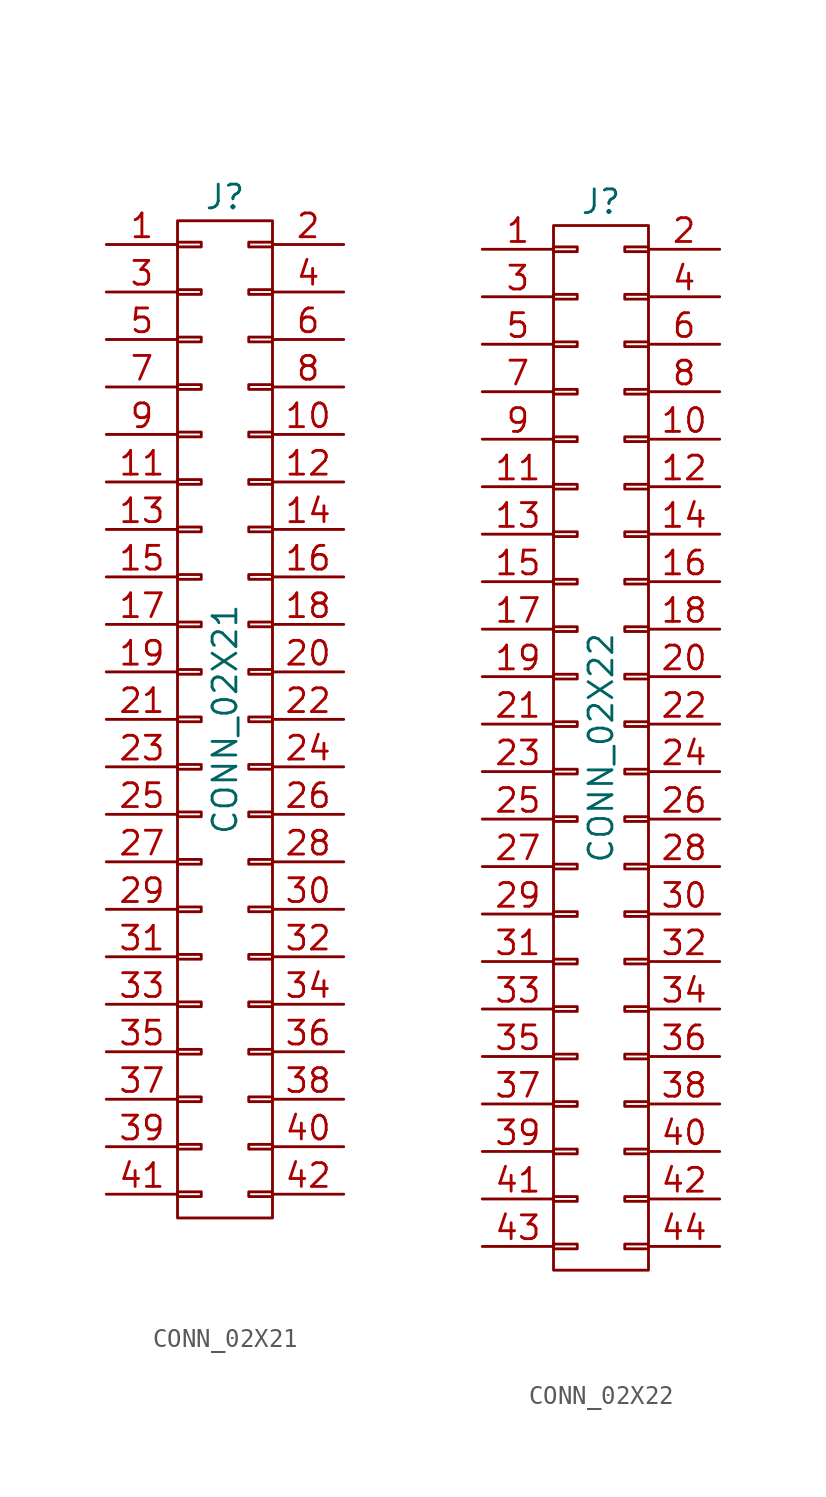
<source format=kicad_sym>
(kicad_symbol_lib
  (version 20211014)
  (generator kicad_symbol_editor)
  (symbol "CONN_02X21"
    (pin_names
      (offset 0.025) hide)
    (property "Reference" "J"
      (at 0 27.94 0)
      (effects (font (size 1.27 1.27))))
    (property "Value" "CONN_02X21"
      (at 0 0 90)
      (effects (font (size 1.27 1.27))))
    (symbol "CONN_02X21_0_1"
      (rectangle (start -2.54 -25.273) (end -1.27 -25.527) (stroke (width 0) (type default) (color 0 0 0 0)) (fill (type none)))
      (rectangle (start -2.54 -22.733) (end -1.27 -22.987) (stroke (width 0) (type default) (color 0 0 0 0)) (fill (type none)))
      (rectangle (start -2.54 -20.193) (end -1.27 -20.447) (stroke (width 0) (type default) (color 0 0 0 0)) (fill (type none)))
      (rectangle (start -2.54 -17.653) (end -1.27 -17.907) (stroke (width 0) (type default) (color 0 0 0 0)) (fill (type none)))
      (rectangle (start -2.54 -15.113) (end -1.27 -15.367) (stroke (width 0) (type default) (color 0 0 0 0)) (fill (type none)))
      (rectangle (start -2.54 -12.573) (end -1.27 -12.827) (stroke (width 0) (type default) (color 0 0 0 0)) (fill (type none)))
      (rectangle (start -2.54 -10.033) (end -1.27 -10.287) (stroke (width 0) (type default) (color 0 0 0 0)) (fill (type none)))
      (rectangle (start -2.54 -7.493) (end -1.27 -7.747) (stroke (width 0) (type default) (color 0 0 0 0)) (fill (type none)))
      (rectangle (start -2.54 -4.953) (end -1.27 -5.207) (stroke (width 0) (type default) (color 0 0 0 0)) (fill (type none)))
      (rectangle (start -2.54 -2.413) (end -1.27 -2.667) (stroke (width 0) (type default) (color 0 0 0 0)) (fill (type none)))
      (rectangle (start -2.54 0.127) (end -1.27 -0.127) (stroke (width 0) (type default) (color 0 0 0 0)) (fill (type none)))
      (rectangle (start -2.54 2.667) (end -1.27 2.413) (stroke (width 0) (type default) (color 0 0 0 0)) (fill (type none)))
      (rectangle (start -2.54 5.207) (end -1.27 4.953) (stroke (width 0) (type default) (color 0 0 0 0)) (fill (type none)))
      (rectangle (start -2.54 7.747) (end -1.27 7.493) (stroke (width 0) (type default) (color 0 0 0 0)) (fill (type none)))
      (rectangle (start -2.54 10.287) (end -1.27 10.033) (stroke (width 0) (type default) (color 0 0 0 0)) (fill (type none)))
      (rectangle (start -2.54 12.827) (end -1.27 12.573) (stroke (width 0) (type default) (color 0 0 0 0)) (fill (type none)))
      (rectangle (start -2.54 15.367) (end -1.27 15.113) (stroke (width 0) (type default) (color 0 0 0 0)) (fill (type none)))
      (rectangle (start -2.54 17.907) (end -1.27 17.653) (stroke (width 0) (type default) (color 0 0 0 0)) (fill (type none)))
      (rectangle (start -2.54 20.447) (end -1.27 20.193) (stroke (width 0) (type default) (color 0 0 0 0)) (fill (type none)))
      (rectangle (start -2.54 22.987) (end -1.27 22.733) (stroke (width 0) (type default) (color 0 0 0 0)) (fill (type none)))
      (rectangle (start -2.54 25.527) (end -1.27 25.273) (stroke (width 0) (type default) (color 0 0 0 0)) (fill (type none)))
      (rectangle (start -2.54 26.67) (end 2.54 -26.67) (stroke (width 0) (type default) (color 0 0 0 0)) (fill (type none)))
      (rectangle (start 1.27 -25.273) (end 2.54 -25.527) (stroke (width 0) (type default) (color 0 0 0 0)) (fill (type none)))
      (rectangle (start 1.27 -22.733) (end 2.54 -22.987) (stroke (width 0) (type default) (color 0 0 0 0)) (fill (type none)))
      (rectangle (start 1.27 -20.193) (end 2.54 -20.447) (stroke (width 0) (type default) (color 0 0 0 0)) (fill (type none)))
      (rectangle (start 1.27 -17.653) (end 2.54 -17.907) (stroke (width 0) (type default) (color 0 0 0 0)) (fill (type none)))
      (rectangle (start 1.27 -15.113) (end 2.54 -15.367) (stroke (width 0) (type default) (color 0 0 0 0)) (fill (type none)))
      (rectangle (start 1.27 -12.573) (end 2.54 -12.827) (stroke (width 0) (type default) (color 0 0 0 0)) (fill (type none)))
      (rectangle (start 1.27 -10.033) (end 2.54 -10.287) (stroke (width 0) (type default) (color 0 0 0 0)) (fill (type none)))
      (rectangle (start 1.27 -7.493) (end 2.54 -7.747) (stroke (width 0) (type default) (color 0 0 0 0)) (fill (type none)))
      (rectangle (start 1.27 -4.953) (end 2.54 -5.207) (stroke (width 0) (type default) (color 0 0 0 0)) (fill (type none)))
      (rectangle (start 1.27 -2.413) (end 2.54 -2.667) (stroke (width 0) (type default) (color 0 0 0 0)) (fill (type none)))
      (rectangle (start 1.27 0.127) (end 2.54 -0.127) (stroke (width 0) (type default) (color 0 0 0 0)) (fill (type none)))
      (rectangle (start 1.27 2.667) (end 2.54 2.413) (stroke (width 0) (type default) (color 0 0 0 0)) (fill (type none)))
      (rectangle (start 1.27 5.207) (end 2.54 4.953) (stroke (width 0) (type default) (color 0 0 0 0)) (fill (type none)))
      (rectangle (start 1.27 7.747) (end 2.54 7.493) (stroke (width 0) (type default) (color 0 0 0 0)) (fill (type none)))
      (rectangle (start 1.27 10.287) (end 2.54 10.033) (stroke (width 0) (type default) (color 0 0 0 0)) (fill (type none)))
      (rectangle (start 1.27 12.827) (end 2.54 12.573) (stroke (width 0) (type default) (color 0 0 0 0)) (fill (type none)))
      (rectangle (start 1.27 15.367) (end 2.54 15.113) (stroke (width 0) (type default) (color 0 0 0 0)) (fill (type none)))
      (rectangle (start 1.27 17.907) (end 2.54 17.653) (stroke (width 0) (type default) (color 0 0 0 0)) (fill (type none)))
      (rectangle (start 1.27 20.447) (end 2.54 20.193) (stroke (width 0) (type default) (color 0 0 0 0)) (fill (type none)))
      (rectangle (start 1.27 22.987) (end 2.54 22.733) (stroke (width 0) (type default) (color 0 0 0 0)) (fill (type none)))
      (rectangle (start 1.27 25.527) (end 2.54 25.273) (stroke (width 0) (type default) (color 0 0 0 0)) (fill (type none))))
    (symbol "CONN_02X21_1_1"
      (pin passive line (at -6.35 25.4 0) (length 3.81) (name "P1" (effects (font (size 1.27 1.27)))) (number "1" (effects (font (size 1.27 1.27)))))
      (pin passive line (at 6.35 15.24 180) (length 3.81) (name "P10" (effects (font (size 1.27 1.27)))) (number "10" (effects (font (size 1.27 1.27)))))
      (pin passive line (at -6.35 12.7 0) (length 3.81) (name "P11" (effects (font (size 1.27 1.27)))) (number "11" (effects (font (size 1.27 1.27)))))
      (pin passive line (at 6.35 12.7 180) (length 3.81) (name "P12" (effects (font (size 1.27 1.27)))) (number "12" (effects (font (size 1.27 1.27)))))
      (pin passive line (at -6.35 10.16 0) (length 3.81) (name "P13" (effects (font (size 1.27 1.27)))) (number "13" (effects (font (size 1.27 1.27)))))
      (pin passive line (at 6.35 10.16 180) (length 3.81) (name "P14" (effects (font (size 1.27 1.27)))) (number "14" (effects (font (size 1.27 1.27)))))
      (pin passive line (at -6.35 7.62 0) (length 3.81) (name "P15" (effects (font (size 1.27 1.27)))) (number "15" (effects (font (size 1.27 1.27)))))
      (pin passive line (at 6.35 7.62 180) (length 3.81) (name "P16" (effects (font (size 1.27 1.27)))) (number "16" (effects (font (size 1.27 1.27)))))
      (pin passive line (at -6.35 5.08 0) (length 3.81) (name "P17" (effects (font (size 1.27 1.27)))) (number "17" (effects (font (size 1.27 1.27)))))
      (pin passive line (at 6.35 5.08 180) (length 3.81) (name "P18" (effects (font (size 1.27 1.27)))) (number "18" (effects (font (size 1.27 1.27)))))
      (pin passive line (at -6.35 2.54 0) (length 3.81) (name "P19" (effects (font (size 1.27 1.27)))) (number "19" (effects (font (size 1.27 1.27)))))
      (pin passive line (at 6.35 25.4 180) (length 3.81) (name "P2" (effects (font (size 1.27 1.27)))) (number "2" (effects (font (size 1.27 1.27)))))
      (pin passive line (at 6.35 2.54 180) (length 3.81) (name "P20" (effects (font (size 1.27 1.27)))) (number "20" (effects (font (size 1.27 1.27)))))
      (pin passive line (at -6.35 0 0) (length 3.81) (name "P21" (effects (font (size 1.27 1.27)))) (number "21" (effects (font (size 1.27 1.27)))))
      (pin passive line (at 6.35 0 180) (length 3.81) (name "P22" (effects (font (size 1.27 1.27)))) (number "22" (effects (font (size 1.27 1.27)))))
      (pin passive line (at -6.35 -2.54 0) (length 3.81) (name "P23" (effects (font (size 1.27 1.27)))) (number "23" (effects (font (size 1.27 1.27)))))
      (pin passive line (at 6.35 -2.54 180) (length 3.81) (name "P24" (effects (font (size 1.27 1.27)))) (number "24" (effects (font (size 1.27 1.27)))))
      (pin passive line (at -6.35 -5.08 0) (length 3.81) (name "P25" (effects (font (size 1.27 1.27)))) (number "25" (effects (font (size 1.27 1.27)))))
      (pin passive line (at 6.35 -5.08 180) (length 3.81) (name "P26" (effects (font (size 1.27 1.27)))) (number "26" (effects (font (size 1.27 1.27)))))
      (pin passive line (at -6.35 -7.62 0) (length 3.81) (name "P27" (effects (font (size 1.27 1.27)))) (number "27" (effects (font (size 1.27 1.27)))))
      (pin passive line (at 6.35 -7.62 180) (length 3.81) (name "P28" (effects (font (size 1.27 1.27)))) (number "28" (effects (font (size 1.27 1.27)))))
      (pin passive line (at -6.35 -10.16 0) (length 3.81) (name "P29" (effects (font (size 1.27 1.27)))) (number "29" (effects (font (size 1.27 1.27)))))
      (pin passive line (at -6.35 22.86 0) (length 3.81) (name "P3" (effects (font (size 1.27 1.27)))) (number "3" (effects (font (size 1.27 1.27)))))
      (pin passive line (at 6.35 -10.16 180) (length 3.81) (name "P30" (effects (font (size 1.27 1.27)))) (number "30" (effects (font (size 1.27 1.27)))))
      (pin passive line (at -6.35 -12.7 0) (length 3.81) (name "P31" (effects (font (size 1.27 1.27)))) (number "31" (effects (font (size 1.27 1.27)))))
      (pin passive line (at 6.35 -12.7 180) (length 3.81) (name "P32" (effects (font (size 1.27 1.27)))) (number "32" (effects (font (size 1.27 1.27)))))
      (pin passive line (at -6.35 -15.24 0) (length 3.81) (name "P33" (effects (font (size 1.27 1.27)))) (number "33" (effects (font (size 1.27 1.27)))))
      (pin passive line (at 6.35 -15.24 180) (length 3.81) (name "P34" (effects (font (size 1.27 1.27)))) (number "34" (effects (font (size 1.27 1.27)))))
      (pin passive line (at -6.35 -17.78 0) (length 3.81) (name "P35" (effects (font (size 1.27 1.27)))) (number "35" (effects (font (size 1.27 1.27)))))
      (pin passive line (at 6.35 -17.78 180) (length 3.81) (name "P36" (effects (font (size 1.27 1.27)))) (number "36" (effects (font (size 1.27 1.27)))))
      (pin passive line (at -6.35 -20.32 0) (length 3.81) (name "P37" (effects (font (size 1.27 1.27)))) (number "37" (effects (font (size 1.27 1.27)))))
      (pin passive line (at 6.35 -20.32 180) (length 3.81) (name "P38" (effects (font (size 1.27 1.27)))) (number "38" (effects (font (size 1.27 1.27)))))
      (pin passive line (at -6.35 -22.86 0) (length 3.81) (name "P39" (effects (font (size 1.27 1.27)))) (number "39" (effects (font (size 1.27 1.27)))))
      (pin passive line (at 6.35 22.86 180) (length 3.81) (name "P4" (effects (font (size 1.27 1.27)))) (number "4" (effects (font (size 1.27 1.27)))))
      (pin passive line (at 6.35 -22.86 180) (length 3.81) (name "P40" (effects (font (size 1.27 1.27)))) (number "40" (effects (font (size 1.27 1.27)))))
      (pin passive line (at -6.35 -25.4 0) (length 3.81) (name "P41" (effects (font (size 1.27 1.27)))) (number "41" (effects (font (size 1.27 1.27)))))
      (pin passive line (at 6.35 -25.4 180) (length 3.81) (name "P42" (effects (font (size 1.27 1.27)))) (number "42" (effects (font (size 1.27 1.27)))))
      (pin passive line (at -6.35 20.32 0) (length 3.81) (name "P5" (effects (font (size 1.27 1.27)))) (number "5" (effects (font (size 1.27 1.27)))))
      (pin passive line (at 6.35 20.32 180) (length 3.81) (name "P6" (effects (font (size 1.27 1.27)))) (number "6" (effects (font (size 1.27 1.27)))))
      (pin passive line (at -6.35 17.78 0) (length 3.81) (name "P7" (effects (font (size 1.27 1.27)))) (number "7" (effects (font (size 1.27 1.27)))))
      (pin passive line (at 6.35 17.78 180) (length 3.81) (name "P8" (effects (font (size 1.27 1.27)))) (number "8" (effects (font (size 1.27 1.27)))))
      (pin passive line (at -6.35 15.24 0) (length 3.81) (name "P9" (effects (font (size 1.27 1.27)))) (number "9" (effects (font (size 1.27 1.27)))))))
  (symbol "CONN_02X22"
    (pin_names
      (offset 0.025) hide)
    (property "Reference" "J"
      (at 0 29.21 0)
      (effects (font (size 1.27 1.27))))
    (property "Value" "CONN_02X22"
      (at 0 0 90)
      (effects (font (size 1.27 1.27))))
    (symbol "CONN_02X22_0_1"
      (rectangle (start -2.54 -26.543) (end -1.27 -26.797) (stroke (width 0) (type default) (color 0 0 0 0)) (fill (type none)))
      (rectangle (start -2.54 -24.003) (end -1.27 -24.257) (stroke (width 0) (type default) (color 0 0 0 0)) (fill (type none)))
      (rectangle (start -2.54 -21.463) (end -1.27 -21.717) (stroke (width 0) (type default) (color 0 0 0 0)) (fill (type none)))
      (rectangle (start -2.54 -18.923) (end -1.27 -19.177) (stroke (width 0) (type default) (color 0 0 0 0)) (fill (type none)))
      (rectangle (start -2.54 -16.383) (end -1.27 -16.637) (stroke (width 0) (type default) (color 0 0 0 0)) (fill (type none)))
      (rectangle (start -2.54 -13.843) (end -1.27 -14.097) (stroke (width 0) (type default) (color 0 0 0 0)) (fill (type none)))
      (rectangle (start -2.54 -11.303) (end -1.27 -11.557) (stroke (width 0) (type default) (color 0 0 0 0)) (fill (type none)))
      (rectangle (start -2.54 -8.763) (end -1.27 -9.017) (stroke (width 0) (type default) (color 0 0 0 0)) (fill (type none)))
      (rectangle (start -2.54 -6.223) (end -1.27 -6.477) (stroke (width 0) (type default) (color 0 0 0 0)) (fill (type none)))
      (rectangle (start -2.54 -3.683) (end -1.27 -3.937) (stroke (width 0) (type default) (color 0 0 0 0)) (fill (type none)))
      (rectangle (start -2.54 -1.143) (end -1.27 -1.397) (stroke (width 0) (type default) (color 0 0 0 0)) (fill (type none)))
      (rectangle (start -2.54 1.397) (end -1.27 1.143) (stroke (width 0) (type default) (color 0 0 0 0)) (fill (type none)))
      (rectangle (start -2.54 3.937) (end -1.27 3.683) (stroke (width 0) (type default) (color 0 0 0 0)) (fill (type none)))
      (rectangle (start -2.54 6.477) (end -1.27 6.223) (stroke (width 0) (type default) (color 0 0 0 0)) (fill (type none)))
      (rectangle (start -2.54 9.017) (end -1.27 8.763) (stroke (width 0) (type default) (color 0 0 0 0)) (fill (type none)))
      (rectangle (start -2.54 11.557) (end -1.27 11.303) (stroke (width 0) (type default) (color 0 0 0 0)) (fill (type none)))
      (rectangle (start -2.54 14.097) (end -1.27 13.843) (stroke (width 0) (type default) (color 0 0 0 0)) (fill (type none)))
      (rectangle (start -2.54 16.637) (end -1.27 16.383) (stroke (width 0) (type default) (color 0 0 0 0)) (fill (type none)))
      (rectangle (start -2.54 19.177) (end -1.27 18.923) (stroke (width 0) (type default) (color 0 0 0 0)) (fill (type none)))
      (rectangle (start -2.54 21.717) (end -1.27 21.463) (stroke (width 0) (type default) (color 0 0 0 0)) (fill (type none)))
      (rectangle (start -2.54 24.257) (end -1.27 24.003) (stroke (width 0) (type default) (color 0 0 0 0)) (fill (type none)))
      (rectangle (start -2.54 26.797) (end -1.27 26.543) (stroke (width 0) (type default) (color 0 0 0 0)) (fill (type none)))
      (rectangle (start -2.54 27.94) (end 2.54 -27.94) (stroke (width 0) (type default) (color 0 0 0 0)) (fill (type none)))
      (rectangle (start 1.27 -26.543) (end 2.54 -26.797) (stroke (width 0) (type default) (color 0 0 0 0)) (fill (type none)))
      (rectangle (start 1.27 -24.003) (end 2.54 -24.257) (stroke (width 0) (type default) (color 0 0 0 0)) (fill (type none)))
      (rectangle (start 1.27 -21.463) (end 2.54 -21.717) (stroke (width 0) (type default) (color 0 0 0 0)) (fill (type none)))
      (rectangle (start 1.27 -18.923) (end 2.54 -19.177) (stroke (width 0) (type default) (color 0 0 0 0)) (fill (type none)))
      (rectangle (start 1.27 -16.383) (end 2.54 -16.637) (stroke (width 0) (type default) (color 0 0 0 0)) (fill (type none)))
      (rectangle (start 1.27 -13.843) (end 2.54 -14.097) (stroke (width 0) (type default) (color 0 0 0 0)) (fill (type none)))
      (rectangle (start 1.27 -11.303) (end 2.54 -11.557) (stroke (width 0) (type default) (color 0 0 0 0)) (fill (type none)))
      (rectangle (start 1.27 -8.763) (end 2.54 -9.017) (stroke (width 0) (type default) (color 0 0 0 0)) (fill (type none)))
      (rectangle (start 1.27 -6.223) (end 2.54 -6.477) (stroke (width 0) (type default) (color 0 0 0 0)) (fill (type none)))
      (rectangle (start 1.27 -3.683) (end 2.54 -3.937) (stroke (width 0) (type default) (color 0 0 0 0)) (fill (type none)))
      (rectangle (start 1.27 -1.143) (end 2.54 -1.397) (stroke (width 0) (type default) (color 0 0 0 0)) (fill (type none)))
      (rectangle (start 1.27 1.397) (end 2.54 1.143) (stroke (width 0) (type default) (color 0 0 0 0)) (fill (type none)))
      (rectangle (start 1.27 3.937) (end 2.54 3.683) (stroke (width 0) (type default) (color 0 0 0 0)) (fill (type none)))
      (rectangle (start 1.27 6.477) (end 2.54 6.223) (stroke (width 0) (type default) (color 0 0 0 0)) (fill (type none)))
      (rectangle (start 1.27 9.017) (end 2.54 8.763) (stroke (width 0) (type default) (color 0 0 0 0)) (fill (type none)))
      (rectangle (start 1.27 11.557) (end 2.54 11.303) (stroke (width 0) (type default) (color 0 0 0 0)) (fill (type none)))
      (rectangle (start 1.27 14.097) (end 2.54 13.843) (stroke (width 0) (type default) (color 0 0 0 0)) (fill (type none)))
      (rectangle (start 1.27 16.637) (end 2.54 16.383) (stroke (width 0) (type default) (color 0 0 0 0)) (fill (type none)))
      (rectangle (start 1.27 19.177) (end 2.54 18.923) (stroke (width 0) (type default) (color 0 0 0 0)) (fill (type none)))
      (rectangle (start 1.27 21.717) (end 2.54 21.463) (stroke (width 0) (type default) (color 0 0 0 0)) (fill (type none)))
      (rectangle (start 1.27 24.257) (end 2.54 24.003) (stroke (width 0) (type default) (color 0 0 0 0)) (fill (type none)))
      (rectangle (start 1.27 26.797) (end 2.54 26.543) (stroke (width 0) (type default) (color 0 0 0 0)) (fill (type none))))
    (symbol "CONN_02X22_1_1"
      (pin passive line (at -6.35 26.67 0) (length 3.81) (name "P1" (effects (font (size 1.27 1.27)))) (number "1" (effects (font (size 1.27 1.27)))))
      (pin passive line (at 6.35 16.51 180) (length 3.81) (name "P10" (effects (font (size 1.27 1.27)))) (number "10" (effects (font (size 1.27 1.27)))))
      (pin passive line (at -6.35 13.97 0) (length 3.81) (name "P11" (effects (font (size 1.27 1.27)))) (number "11" (effects (font (size 1.27 1.27)))))
      (pin passive line (at 6.35 13.97 180) (length 3.81) (name "P12" (effects (font (size 1.27 1.27)))) (number "12" (effects (font (size 1.27 1.27)))))
      (pin passive line (at -6.35 11.43 0) (length 3.81) (name "P13" (effects (font (size 1.27 1.27)))) (number "13" (effects (font (size 1.27 1.27)))))
      (pin passive line (at 6.35 11.43 180) (length 3.81) (name "P14" (effects (font (size 1.27 1.27)))) (number "14" (effects (font (size 1.27 1.27)))))
      (pin passive line (at -6.35 8.89 0) (length 3.81) (name "P15" (effects (font (size 1.27 1.27)))) (number "15" (effects (font (size 1.27 1.27)))))
      (pin passive line (at 6.35 8.89 180) (length 3.81) (name "P16" (effects (font (size 1.27 1.27)))) (number "16" (effects (font (size 1.27 1.27)))))
      (pin passive line (at -6.35 6.35 0) (length 3.81) (name "P17" (effects (font (size 1.27 1.27)))) (number "17" (effects (font (size 1.27 1.27)))))
      (pin passive line (at 6.35 6.35 180) (length 3.81) (name "P18" (effects (font (size 1.27 1.27)))) (number "18" (effects (font (size 1.27 1.27)))))
      (pin passive line (at -6.35 3.81 0) (length 3.81) (name "P19" (effects (font (size 1.27 1.27)))) (number "19" (effects (font (size 1.27 1.27)))))
      (pin passive line (at 6.35 26.67 180) (length 3.81) (name "P2" (effects (font (size 1.27 1.27)))) (number "2" (effects (font (size 1.27 1.27)))))
      (pin passive line (at 6.35 3.81 180) (length 3.81) (name "P20" (effects (font (size 1.27 1.27)))) (number "20" (effects (font (size 1.27 1.27)))))
      (pin passive line (at -6.35 1.27 0) (length 3.81) (name "P21" (effects (font (size 1.27 1.27)))) (number "21" (effects (font (size 1.27 1.27)))))
      (pin passive line (at 6.35 1.27 180) (length 3.81) (name "P22" (effects (font (size 1.27 1.27)))) (number "22" (effects (font (size 1.27 1.27)))))
      (pin passive line (at -6.35 -1.27 0) (length 3.81) (name "P23" (effects (font (size 1.27 1.27)))) (number "23" (effects (font (size 1.27 1.27)))))
      (pin passive line (at 6.35 -1.27 180) (length 3.81) (name "P24" (effects (font (size 1.27 1.27)))) (number "24" (effects (font (size 1.27 1.27)))))
      (pin passive line (at -6.35 -3.81 0) (length 3.81) (name "P25" (effects (font (size 1.27 1.27)))) (number "25" (effects (font (size 1.27 1.27)))))
      (pin passive line (at 6.35 -3.81 180) (length 3.81) (name "P26" (effects (font (size 1.27 1.27)))) (number "26" (effects (font (size 1.27 1.27)))))
      (pin passive line (at -6.35 -6.35 0) (length 3.81) (name "P27" (effects (font (size 1.27 1.27)))) (number "27" (effects (font (size 1.27 1.27)))))
      (pin passive line (at 6.35 -6.35 180) (length 3.81) (name "P28" (effects (font (size 1.27 1.27)))) (number "28" (effects (font (size 1.27 1.27)))))
      (pin passive line (at -6.35 -8.89 0) (length 3.81) (name "P29" (effects (font (size 1.27 1.27)))) (number "29" (effects (font (size 1.27 1.27)))))
      (pin passive line (at -6.35 24.13 0) (length 3.81) (name "P3" (effects (font (size 1.27 1.27)))) (number "3" (effects (font (size 1.27 1.27)))))
      (pin passive line (at 6.35 -8.89 180) (length 3.81) (name "P30" (effects (font (size 1.27 1.27)))) (number "30" (effects (font (size 1.27 1.27)))))
      (pin passive line (at -6.35 -11.43 0) (length 3.81) (name "P31" (effects (font (size 1.27 1.27)))) (number "31" (effects (font (size 1.27 1.27)))))
      (pin passive line (at 6.35 -11.43 180) (length 3.81) (name "P32" (effects (font (size 1.27 1.27)))) (number "32" (effects (font (size 1.27 1.27)))))
      (pin passive line (at -6.35 -13.97 0) (length 3.81) (name "P33" (effects (font (size 1.27 1.27)))) (number "33" (effects (font (size 1.27 1.27)))))
      (pin passive line (at 6.35 -13.97 180) (length 3.81) (name "P34" (effects (font (size 1.27 1.27)))) (number "34" (effects (font (size 1.27 1.27)))))
      (pin passive line (at -6.35 -16.51 0) (length 3.81) (name "P35" (effects (font (size 1.27 1.27)))) (number "35" (effects (font (size 1.27 1.27)))))
      (pin passive line (at 6.35 -16.51 180) (length 3.81) (name "P36" (effects (font (size 1.27 1.27)))) (number "36" (effects (font (size 1.27 1.27)))))
      (pin passive line (at -6.35 -19.05 0) (length 3.81) (name "P37" (effects (font (size 1.27 1.27)))) (number "37" (effects (font (size 1.27 1.27)))))
      (pin passive line (at 6.35 -19.05 180) (length 3.81) (name "P38" (effects (font (size 1.27 1.27)))) (number "38" (effects (font (size 1.27 1.27)))))
      (pin passive line (at -6.35 -21.59 0) (length 3.81) (name "P39" (effects (font (size 1.27 1.27)))) (number "39" (effects (font (size 1.27 1.27)))))
      (pin passive line (at 6.35 24.13 180) (length 3.81) (name "P4" (effects (font (size 1.27 1.27)))) (number "4" (effects (font (size 1.27 1.27)))))
      (pin passive line (at 6.35 -21.59 180) (length 3.81) (name "P40" (effects (font (size 1.27 1.27)))) (number "40" (effects (font (size 1.27 1.27)))))
      (pin passive line (at -6.35 -24.13 0) (length 3.81) (name "P41" (effects (font (size 1.27 1.27)))) (number "41" (effects (font (size 1.27 1.27)))))
      (pin passive line (at 6.35 -24.13 180) (length 3.81) (name "P42" (effects (font (size 1.27 1.27)))) (number "42" (effects (font (size 1.27 1.27)))))
      (pin passive line (at -6.35 -26.67 0) (length 3.81) (name "P43" (effects (font (size 1.27 1.27)))) (number "43" (effects (font (size 1.27 1.27)))))
      (pin passive line (at 6.35 -26.67 180) (length 3.81) (name "P44" (effects (font (size 1.27 1.27)))) (number "44" (effects (font (size 1.27 1.27)))))
      (pin passive line (at -6.35 21.59 0) (length 3.81) (name "P5" (effects (font (size 1.27 1.27)))) (number "5" (effects (font (size 1.27 1.27)))))
      (pin passive line (at 6.35 21.59 180) (length 3.81) (name "P6" (effects (font (size 1.27 1.27)))) (number "6" (effects (font (size 1.27 1.27)))))
      (pin passive line (at -6.35 19.05 0) (length 3.81) (name "P7" (effects (font (size 1.27 1.27)))) (number "7" (effects (font (size 1.27 1.27)))))
      (pin passive line (at 6.35 19.05 180) (length 3.81) (name "P8" (effects (font (size 1.27 1.27)))) (number "8" (effects (font (size 1.27 1.27)))))
      (pin passive line (at -6.35 16.51 0) (length 3.81) (name "P9" (effects (font (size 1.27 1.27)))) (number "9" (effects (font (size 1.27 1.27))))))))
</source>
